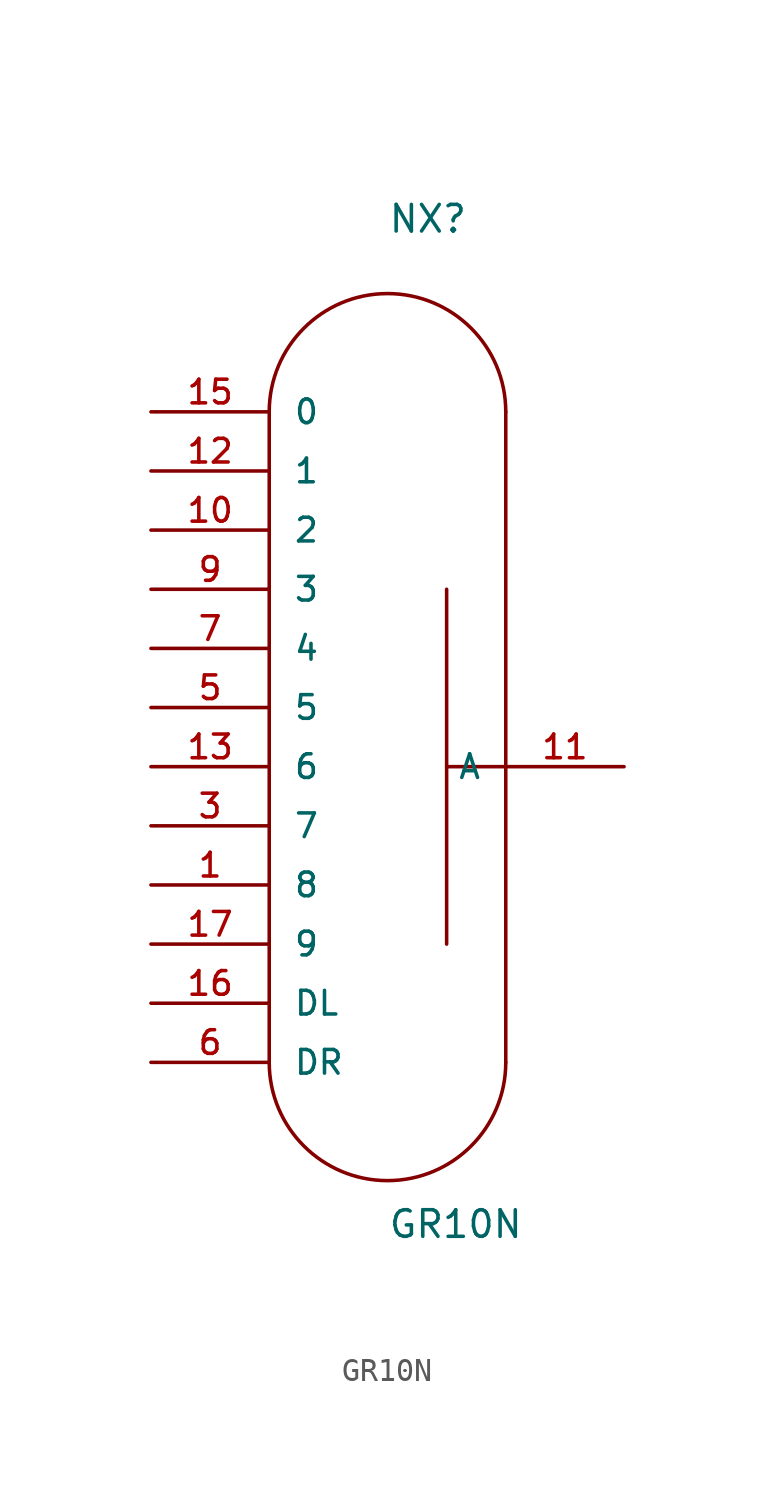
<source format=kicad_sym>
(kicad_symbol_lib
  (version 20220914)
  (generator kicad_symbol_editor)
  (symbol "GR10N"
    (pin_names
      (offset 1.016))
    (property "Reference" "NX"
      (at 0 22.86 0)
      (effects (font (size 1.143 1.143)) (justify left bottom)))
    (property "Value" "GR10N"
      (at 0 -20.32 0)
      (effects (font (size 1.143 1.143)) (justify left bottom)))
    (property "ki_locked" ""
      (at 0 0 0)
      (effects (font (size 1.27 1.27))))
    (symbol "GR10N_1_0"
      (polyline (pts (xy -5.08 15.24) (xy -5.08 -12.7)) (stroke (width 0) (type solid)) (fill (type none)))
      (polyline (pts (xy 2.54 -7.62) (xy 2.54 7.62)) (stroke (width 0) (type solid)) (fill (type none)))
      (polyline (pts (xy 5.08 0) (xy 2.54 0)) (stroke (width 0) (type solid)) (fill (type none)))
      (polyline (pts (xy 5.08 15.24) (xy 5.08 -12.7)) (stroke (width 0) (type solid)) (fill (type none))))
    (symbol "GR10N_1_1"
      (arc (start -5.08 -12.7) (mid 0 -17.7579) (end 5.08 -12.7) (stroke (width 0) (type solid)) (fill (type none)))
      (arc (start 5.08 15.24) (mid 0 20.2979) (end -5.08 15.24) (stroke (width 0) (type solid)) (fill (type none)))
      (pin passive line (at -10.16 -5.08 0) (length 5.08) (name "8" (effects (font (size 1.016 1.016)))) (number "1" (effects (font (size 1.016 1.016)))))
      (pin passive line (at -10.16 10.16 0) (length 5.08) (name "2" (effects (font (size 1.016 1.016)))) (number "10" (effects (font (size 1.016 1.016)))))
      (pin passive line (at 10.16 0 180) (length 5.08) (name "A" (effects (font (size 1.016 1.016)))) (number "11" (effects (font (size 1.016 1.016)))))
      (pin passive line (at -10.16 12.7 0) (length 5.08) (name "1" (effects (font (size 1.016 1.016)))) (number "12" (effects (font (size 1.016 1.016)))))
      (pin passive line (at -10.16 0 0) (length 5.08) (name "6" (effects (font (size 1.016 1.016)))) (number "13" (effects (font (size 1.016 1.016)))))
      (pin passive line (at -10.16 15.24 0) (length 5.08) (name "0" (effects (font (size 1.016 1.016)))) (number "15" (effects (font (size 1.016 1.016)))))
      (pin passive line (at -10.16 -10.16 0) (length 5.08) (name "DL" (effects (font (size 1.016 1.016)))) (number "16" (effects (font (size 1.016 1.016)))))
      (pin passive line (at -10.16 -7.62 0) (length 5.08) (name "9" (effects (font (size 1.016 1.016)))) (number "17" (effects (font (size 1.016 1.016)))))
      (pin passive line (at -10.16 -2.54 0) (length 5.08) (name "7" (effects (font (size 1.016 1.016)))) (number "3" (effects (font (size 1.016 1.016)))))
      (pin passive line (at -10.16 2.54 0) (length 5.08) (name "5" (effects (font (size 1.016 1.016)))) (number "5" (effects (font (size 1.016 1.016)))))
      (pin passive line (at -10.16 -12.7 0) (length 5.08) (name "DR" (effects (font (size 1.016 1.016)))) (number "6" (effects (font (size 1.016 1.016)))))
      (pin passive line (at -10.16 5.08 0) (length 5.08) (name "4" (effects (font (size 1.016 1.016)))) (number "7" (effects (font (size 1.016 1.016)))))
      (pin passive line (at -10.16 7.62 0) (length 5.08) (name "3" (effects (font (size 1.016 1.016)))) (number "9" (effects (font (size 1.016 1.016))))))))
</source>
